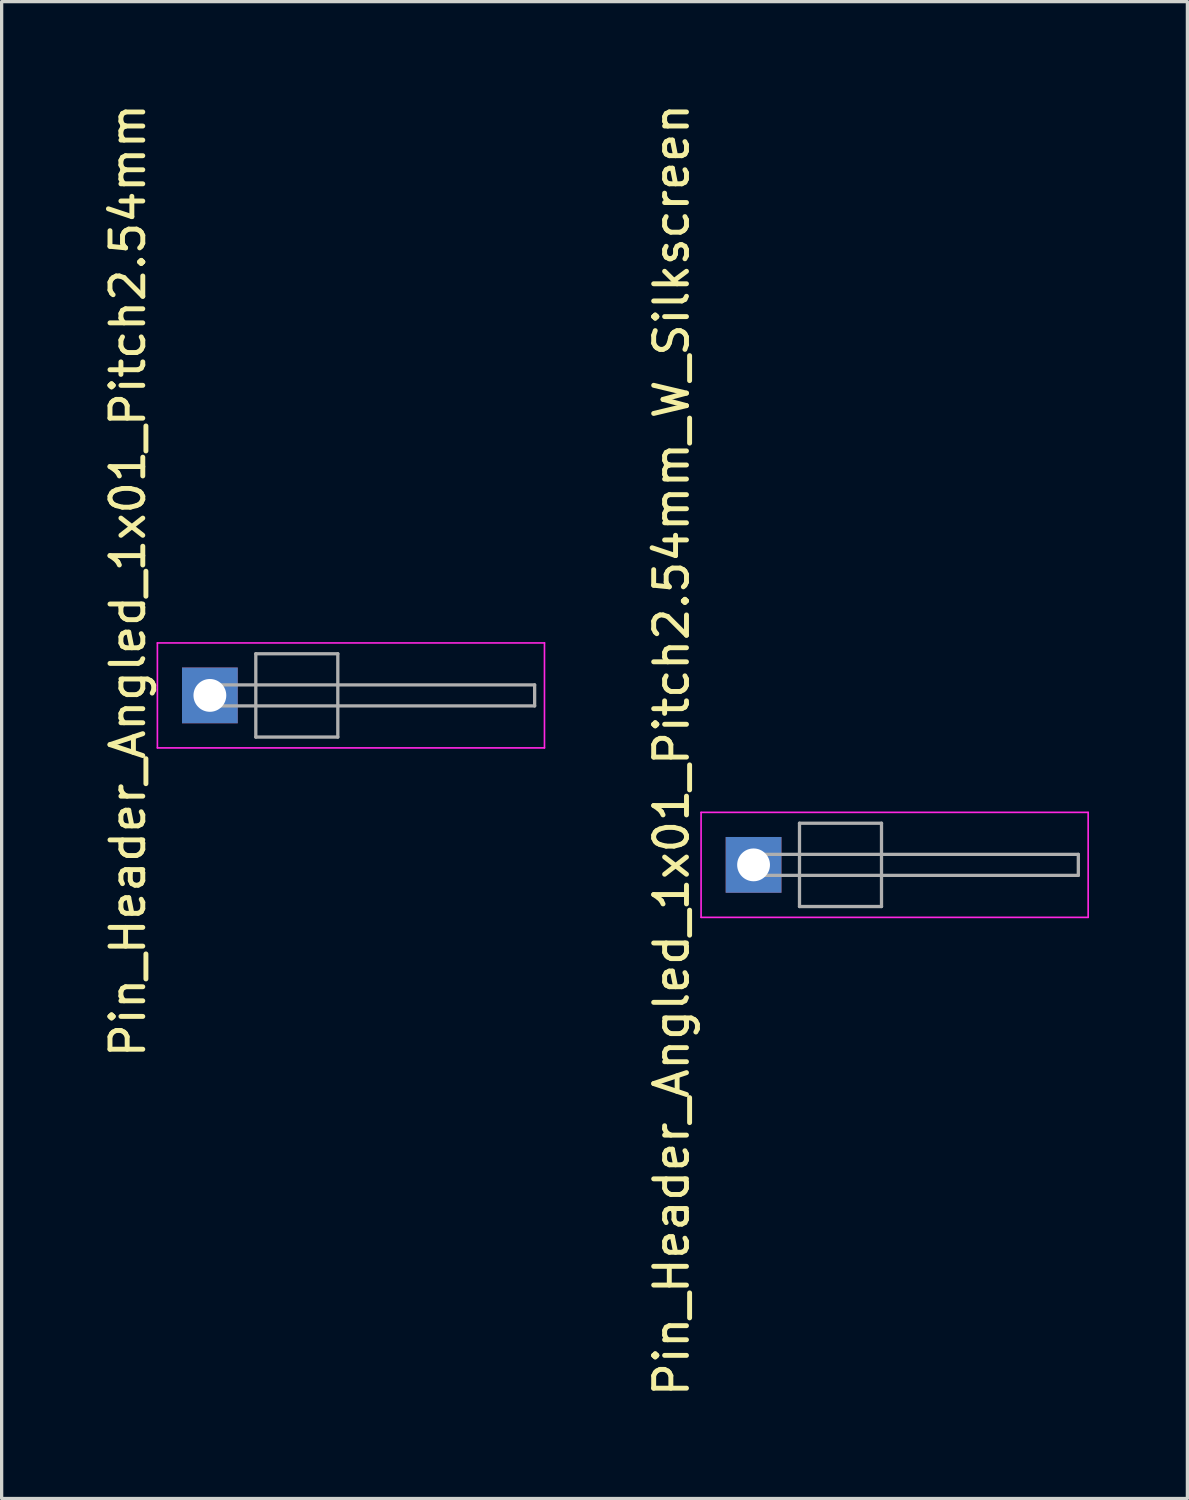
<source format=kicad_pcb>
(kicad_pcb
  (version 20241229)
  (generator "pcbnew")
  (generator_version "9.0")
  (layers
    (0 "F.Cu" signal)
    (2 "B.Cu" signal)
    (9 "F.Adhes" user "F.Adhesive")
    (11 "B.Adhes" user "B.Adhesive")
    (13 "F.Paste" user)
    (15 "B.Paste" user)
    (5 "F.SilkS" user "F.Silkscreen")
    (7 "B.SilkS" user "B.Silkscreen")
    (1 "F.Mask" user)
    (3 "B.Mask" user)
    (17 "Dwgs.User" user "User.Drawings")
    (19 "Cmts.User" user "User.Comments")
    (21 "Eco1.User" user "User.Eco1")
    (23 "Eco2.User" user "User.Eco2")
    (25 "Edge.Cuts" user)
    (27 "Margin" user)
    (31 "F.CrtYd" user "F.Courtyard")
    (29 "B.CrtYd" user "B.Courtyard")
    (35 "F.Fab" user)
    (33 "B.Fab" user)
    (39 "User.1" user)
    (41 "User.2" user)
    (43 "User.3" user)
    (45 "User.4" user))
  (footprint "Pin_Header_Angled_1x01_Pitch2.54mm"
    (layer "F.Cu")
    (at 3.348 18.149)
    (property "Reference" "Pin_Header_Angled_1x01_Pitch2.54mm" (at -2.5 -3.5 90) (layer "F.SilkS") (effects (font (size 1 1) (thickness 0.15))))
    (attr through_hole)
    (fp_line (start -1.6 -1.6) (end -1.6 1.6) (stroke (width 0.05) (type solid)) (layer "F.CrtYd"))
    (fp_line (start -1.6 1.6) (end 10.2 1.6) (stroke (width 0.05) (type solid)) (layer "F.CrtYd"))
    (fp_line (start 10.2 -1.6) (end -1.6 -1.6) (stroke (width 0.05) (type solid)) (layer "F.CrtYd"))
    (fp_line (start 10.2 1.6) (end 10.2 -1.6) (stroke (width 0.05) (type solid)) (layer "F.CrtYd"))
    (fp_line (start 0 -0.32) (end 0 0.32) (stroke (width 0.1) (type solid)) (layer "F.Fab"))
    (fp_line (start 0 0.32) (end 9.9 0.32) (stroke (width 0.1) (type solid)) (layer "F.Fab"))
    (fp_line (start 1.4 -1.27) (end 1.4 1.27) (stroke (width 0.1) (type solid)) (layer "F.Fab"))
    (fp_line (start 1.4 1.27) (end 3.9 1.27) (stroke (width 0.1) (type solid)) (layer "F.Fab"))
    (fp_line (start 3.9 -1.27) (end 1.4 -1.27) (stroke (width 0.1) (type solid)) (layer "F.Fab"))
    (fp_line (start 3.9 1.27) (end 3.9 -1.27) (stroke (width 0.1) (type solid)) (layer "F.Fab"))
    (fp_line (start 9.9 -0.32) (end 0 -0.32) (stroke (width 0.1) (type solid)) (layer "F.Fab"))
    (fp_line (start 9.9 0.32) (end 9.9 -0.32) (stroke (width 0.1) (type solid)) (layer "F.Fab"))
    (pad "1" thru_hole rect (at 0 0) (size 1.7 1.7) (drill 1) (layers "*.Cu" "*.Mask")))
  (footprint "Pin_Header_Angled_1x01_Pitch2.54mm_W_Silkscreen"
    (layer "F.Cu")
    (at 19.922 23.315)
    (property "Reference" "Pin_Header_Angled_1x01_Pitch2.54mm_W_Silkscreen" (at -2.5 -3.5 90) (layer "F.SilkS") (effects (font (size 1 1) (thickness 0.15))))
    (attr through_hole)
    (fp_line (start -1.6 -1.6) (end -1.6 1.6) (stroke (width 0.05) (type solid)) (layer "F.CrtYd"))
    (fp_line (start -1.6 1.6) (end 10.2 1.6) (stroke (width 0.05) (type solid)) (layer "F.CrtYd"))
    (fp_line (start 10.2 -1.6) (end -1.6 -1.6) (stroke (width 0.05) (type solid)) (layer "F.CrtYd"))
    (fp_line (start 10.2 1.6) (end 10.2 -1.6) (stroke (width 0.05) (type solid)) (layer "F.CrtYd"))
    (fp_line (start 0 -0.32) (end 0 0.32) (stroke (width 0.1) (type solid)) (layer "F.Fab"))
    (fp_line (start 0 0.32) (end 9.9 0.32) (stroke (width 0.1) (type solid)) (layer "F.Fab"))
    (fp_line (start 1.4 -1.27) (end 1.4 1.27) (stroke (width 0.1) (type solid)) (layer "F.Fab"))
    (fp_line (start 1.4 1.27) (end 3.9 1.27) (stroke (width 0.1) (type solid)) (layer "F.Fab"))
    (fp_line (start 3.9 -1.27) (end 1.4 -1.27) (stroke (width 0.1) (type solid)) (layer "F.Fab"))
    (fp_line (start 3.9 1.27) (end 3.9 -1.27) (stroke (width 0.1) (type solid)) (layer "F.Fab"))
    (fp_line (start 9.9 -0.32) (end 0 -0.32) (stroke (width 0.1) (type solid)) (layer "F.Fab"))
    (fp_line (start 9.9 0.32) (end 9.9 -0.32) (stroke (width 0.1) (type solid)) (layer "F.Fab"))
    (pad "1" thru_hole rect (at 0 0) (size 1.7 1.7) (drill 1) (layers "*.Cu" "*.Mask")))
  (gr_rect
    (start -3 -3)
    (end 33.147 42.631)
    (stroke (width 0.1) (type default))
    (fill no)
    (layer "Edge.Cuts")))
</source>
